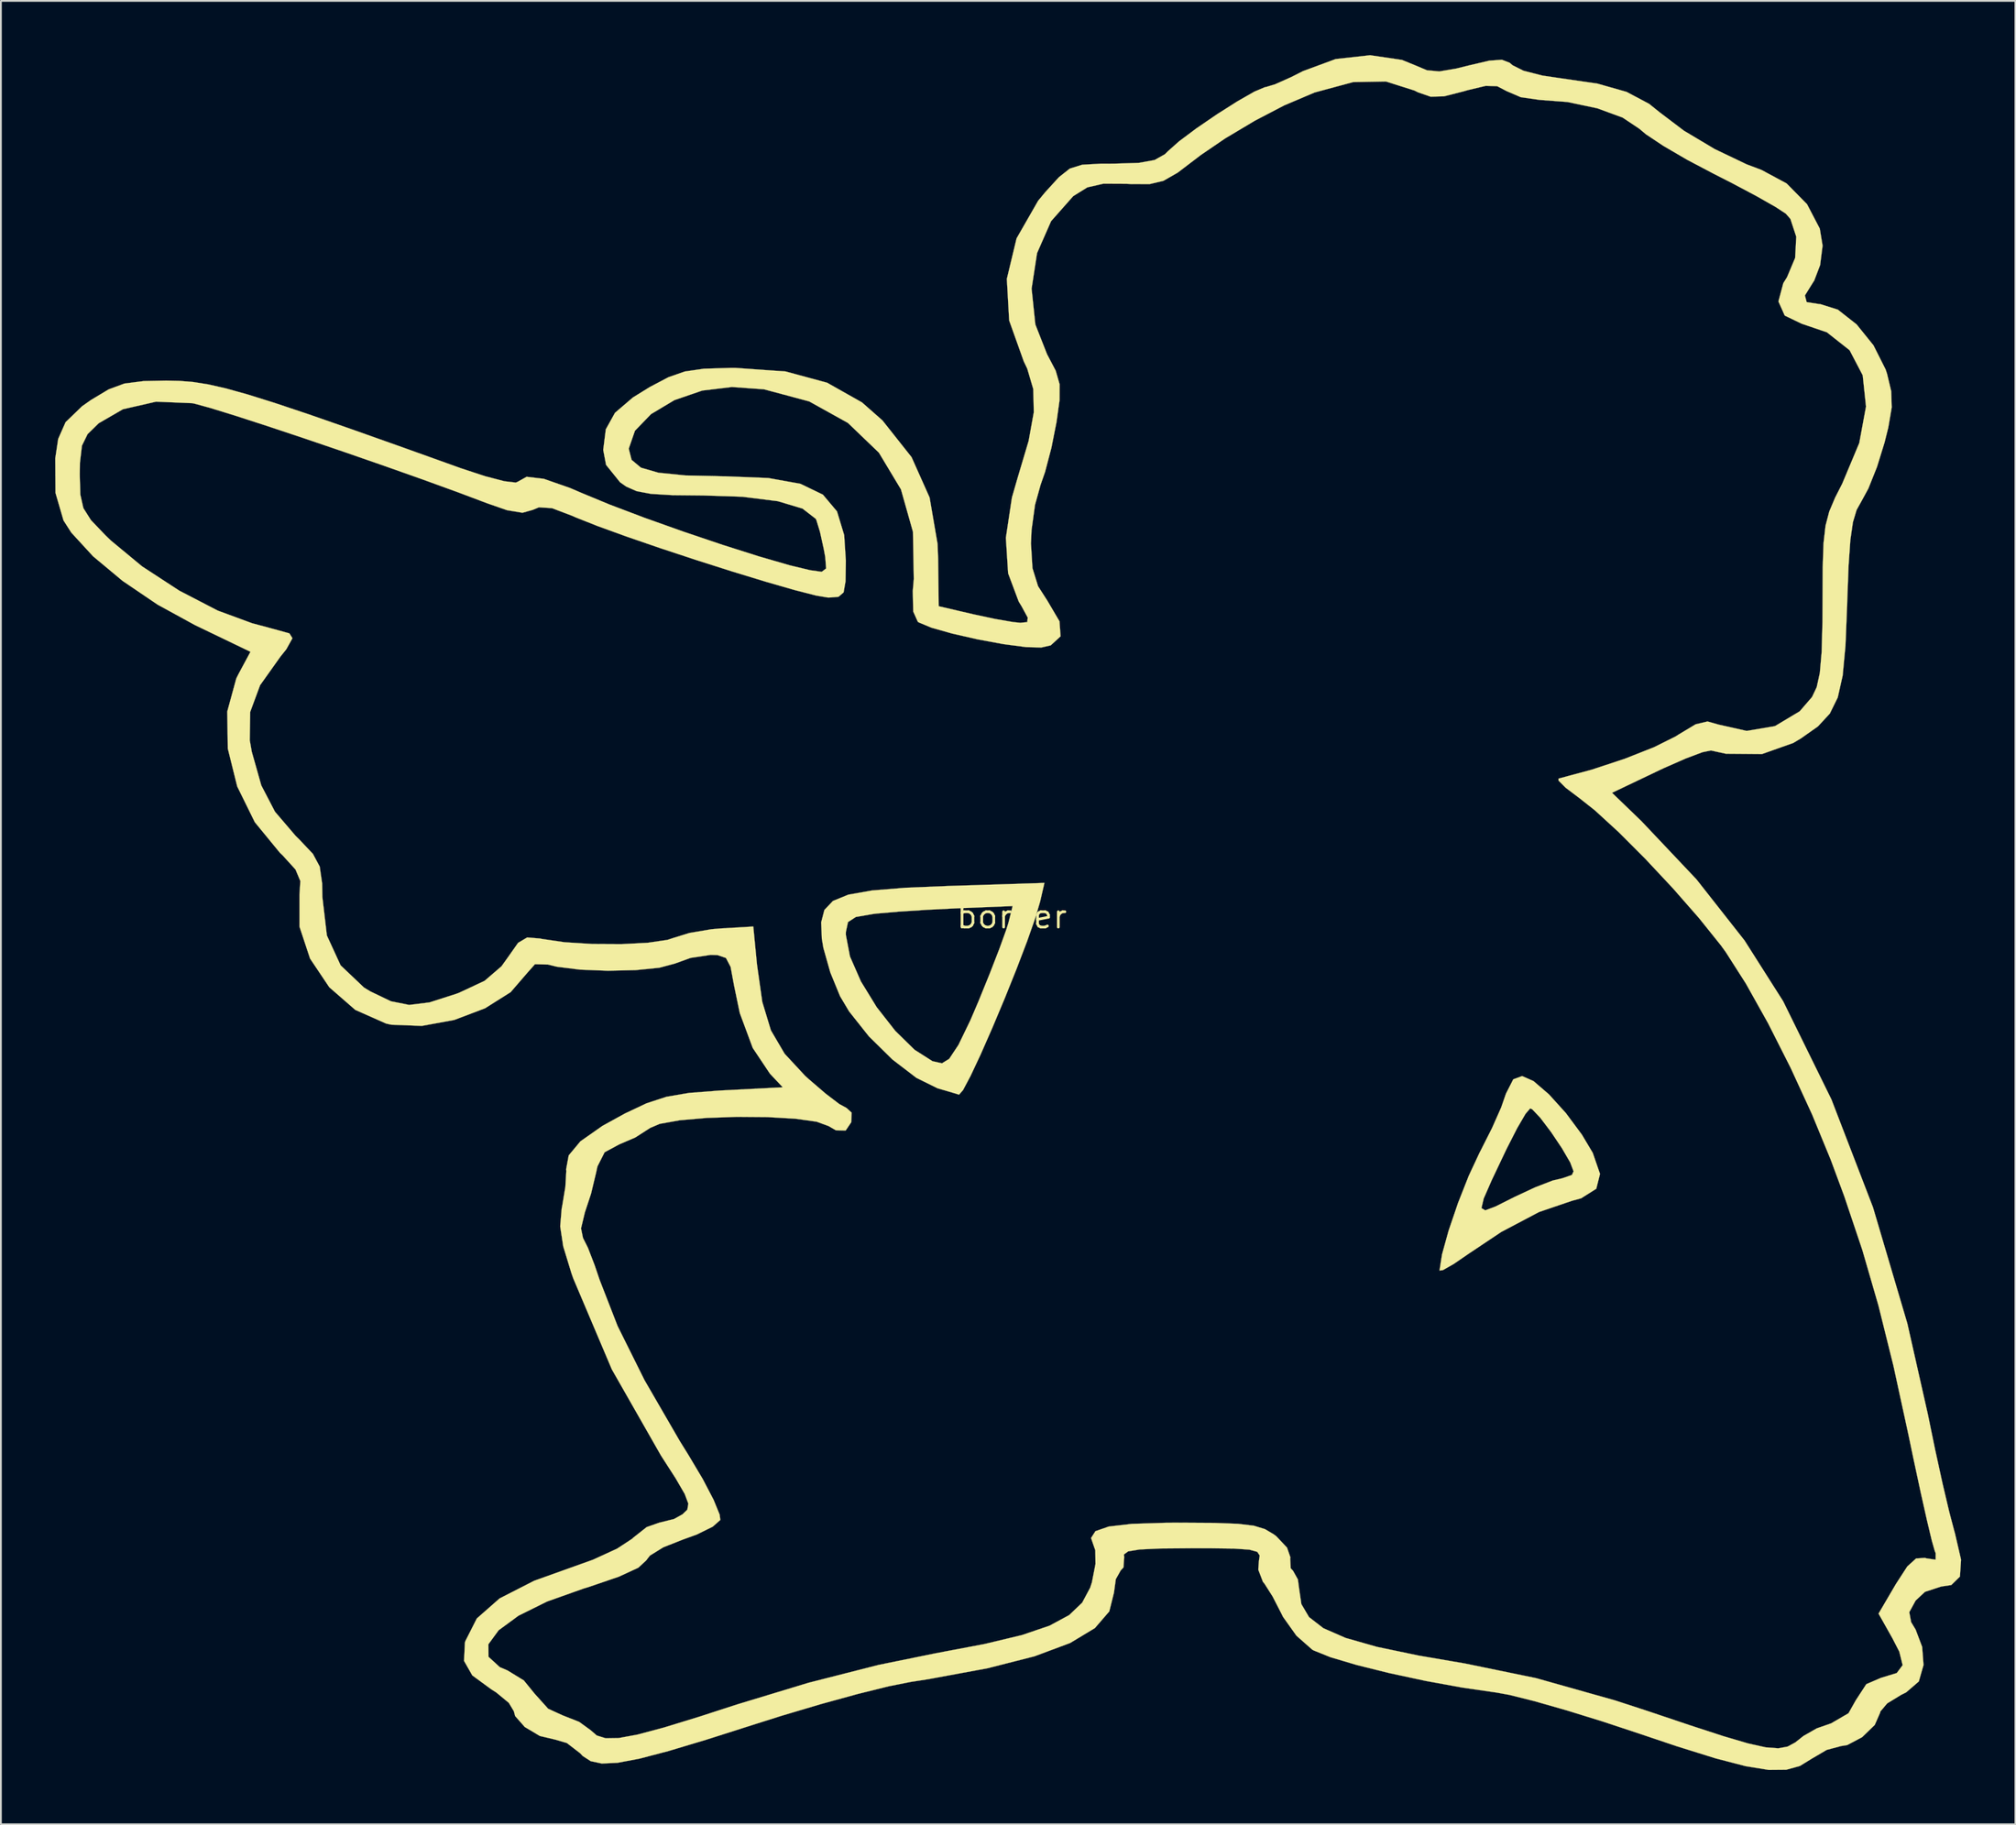
<source format=kicad_pcb>
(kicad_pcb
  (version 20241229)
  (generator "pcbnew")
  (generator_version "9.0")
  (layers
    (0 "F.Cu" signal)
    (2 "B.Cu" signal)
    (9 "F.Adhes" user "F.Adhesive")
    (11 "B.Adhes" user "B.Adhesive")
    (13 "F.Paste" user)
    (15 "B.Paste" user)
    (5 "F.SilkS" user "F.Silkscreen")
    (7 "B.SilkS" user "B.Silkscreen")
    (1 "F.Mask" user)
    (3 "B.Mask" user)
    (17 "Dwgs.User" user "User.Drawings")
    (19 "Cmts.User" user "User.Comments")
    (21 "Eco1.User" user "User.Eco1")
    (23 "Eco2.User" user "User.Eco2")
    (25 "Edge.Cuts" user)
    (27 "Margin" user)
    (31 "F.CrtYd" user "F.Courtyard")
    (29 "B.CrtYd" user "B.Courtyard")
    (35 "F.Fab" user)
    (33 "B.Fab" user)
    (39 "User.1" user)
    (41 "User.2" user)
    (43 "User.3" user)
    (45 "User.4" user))
  (footprint "border"
    (layer "F.Cu")
    (at 52.863 47.628)
    (property "Reference" "border" (at 0 0 0) (layer "F.SilkS") (effects (font (size 1.27 1.27) (thickness 0.15))))
    (attr through_hole)
    (fp_poly (pts (xy 28.829 9.097) (xy 29.681 9.83) (xy 30.618 10.866) (xy 31.501 12.056) (xy 32.102 13.065) (xy 32.503 14.229) (xy 32.297 15.049) (xy 31.461 15.576) (xy 30.954 15.714) (xy 29.136 16.334) (xy 27.049 17.436) (xy 25.312 18.595) (xy 24.426 19.203) (xy 23.818 19.549) (xy 23.636 19.572) (xy 23.774 18.68) (xy 24.138 17.365) (xy 24.562 16.12) (xy 25.951 16.12) (xy 26.162 16.243) (xy 26.723 16.033) (xy 27.648 15.569) (xy 27.746 15.519) (xy 28.909 14.975) (xy 29.891 14.595) (xy 30.427 14.468) (xy 30.951 14.287) (xy 31.044 14.086) (xy 30.859 13.596) (xy 30.398 12.804) (xy 29.801 11.914) (xy 29.209 11.131) (xy 28.764 10.659) (xy 28.646 10.603) (xy 28.386 10.908) (xy 27.927 11.695) (xy 27.361 12.804) (xy 27.274 12.984) (xy 26.522 14.569) (xy 26.076 15.588) (xy 25.951 16.12) (xy 24.562 16.12) (xy 24.655 15.844) (xy 25.251 14.333) (xy 25.852 13.047) (xy 25.901 12.954) (xy 26.536 11.697) (xy 27.045 10.548) (xy 27.307 9.79) (xy 27.711 8.998) (xy 28.201 8.819) (xy 28.829 9.097)) (stroke (width 0.01) (type solid)) (fill yes) (layer "F.SilkS"))
    (fp_poly (pts (xy 1.567 -0.842) (xy 1.296 0.08) (xy 0.843 1.369) (xy 0.26 2.897) (xy -0.397 4.533) (xy -1.076 6.15) (xy -1.721 7.619) (xy -2.28 8.81) (xy -2.697 9.595) (xy -2.916 9.846) (xy -3.274 9.737) (xy -4.034 9.514) (xy -4.107 9.493) (xy -5.273 8.917) (xy -6.599 7.901) (xy -7.9 6.619) (xy -8.99 5.245) (xy -9.49 4.404) (xy -10.027 3.094) (xy -10.413 1.729) (xy -10.498 1.222) (xy -10.506 1.011) (xy -9.172 1.011) (xy -8.945 2.204) (xy -8.339 3.587) (xy -7.467 5.009) (xy -6.442 6.318) (xy -5.376 7.365) (xy -4.384 7.997) (xy -3.861 8.114) (xy -3.46 7.868) (xy -2.947 7.094) (xy -2.288 5.732) (xy -1.836 4.674) (xy -1.215 3.144) (xy -0.682 1.77) (xy -0.309 0.736) (xy -0.182 0.327) (xy 0.045 -0.581) (xy -3.064 -0.456) (xy -4.694 -0.375) (xy -6.25 -0.273) (xy -7.452 -0.169) (xy -7.673 -0.143) (xy -8.619 0.022) (xy -9.054 0.304) (xy -9.17 0.85) (xy -9.172 1.011) (xy -10.506 1.011) (xy -10.534 0.319) (xy -10.357 -0.365) (xy -9.885 -0.863) (xy -9.035 -1.211) (xy -7.724 -1.443) (xy -5.87 -1.593) (xy -3.487 -1.691) (xy 1.802 -1.861) (xy 1.567 -0.842)) (stroke (width 0.01) (type solid)) (fill yes) (layer "F.SilkS"))
    (fp_poly (pts (xy 21.561 -47.364) (xy 22.245 -47.085) (xy 22.939 -46.792) (xy 23.625 -46.728) (xy 24.572 -46.889) (xy 25.233 -47.054) (xy 26.389 -47.324) (xy 27.081 -47.374) (xy 27.514 -47.206) (xy 27.668 -47.071) (xy 28.272 -46.768) (xy 29.319 -46.499) (xy 30.219 -46.366) (xy 32.364 -46.054) (xy 33.975 -45.596) (xy 35.217 -44.936) (xy 35.807 -44.462) (xy 37.142 -43.45) (xy 38.847 -42.433) (xy 40.612 -41.589) (xy 41.423 -41.284) (xy 42.816 -40.534) (xy 43.944 -39.386) (xy 44.648 -38.037) (xy 44.803 -37.097) (xy 44.667 -36.022) (xy 44.336 -35.155) (xy 44.285 -35.081) (xy 43.826 -34.342) (xy 43.923 -33.972) (xy 44.606 -33.867) (xy 44.662 -33.867) (xy 45.644 -33.558) (xy 46.681 -32.743) (xy 47.614 -31.586) (xy 48.285 -30.253) (xy 48.365 -30.01) (xy 48.596 -29.043) (xy 48.623 -28.151) (xy 48.435 -27.047) (xy 48.225 -26.204) (xy 47.809 -24.86) (xy 47.331 -23.665) (xy 46.962 -22.987) (xy 46.682 -22.484) (xy 46.48 -21.808) (xy 46.338 -20.828) (xy 46.239 -19.415) (xy 46.164 -17.439) (xy 46.158 -17.211) (xy 46.068 -14.98) (xy 45.913 -13.326) (xy 45.641 -12.116) (xy 45.202 -11.223) (xy 44.546 -10.515) (xy 43.621 -9.862) (xy 43.182 -9.599) (xy 41.45 -8.985) (xy 39.468 -9.002) (xy 38.629 -9.185) (xy 38.164 -9.088) (xy 37.246 -8.743) (xy 36.051 -8.218) (xy 35.722 -8.063) (xy 33.167 -6.844) (xy 34.794 -5.274) (xy 37.83 -2.061) (xy 40.49 1.322) (xy 42.623 4.681) (xy 45.292 10.113) (xy 47.589 16.079) (xy 49.486 22.497) (xy 50.622 27.528) (xy 51.019 29.461) (xy 51.425 31.317) (xy 51.797 32.897) (xy 52.089 34.005) (xy 52.115 34.093) (xy 52.454 35.557) (xy 52.393 36.491) (xy 51.915 36.959) (xy 51.36 37.042) (xy 50.461 37.335) (xy 49.944 37.818) (xy 49.594 38.459) (xy 49.695 39.01) (xy 49.945 39.425) (xy 50.306 40.383) (xy 50.38 41.383) (xy 50.12 42.292) (xy 49.422 42.893) (xy 49.132 43.039) (xy 48.372 43.504) (xy 47.994 43.953) (xy 47.985 44.009) (xy 47.686 44.694) (xy 46.989 45.371) (xy 46.167 45.806) (xy 45.829 45.861) (xy 45.032 46.074) (xy 44.193 46.567) (xy 43.551 46.963) (xy 42.793 47.172) (xy 41.827 47.181) (xy 40.558 46.976) (xy 38.893 46.543) (xy 36.737 45.87) (xy 34.749 45.2) (xy 32.658 44.507) (xy 30.651 43.886) (xy 28.88 43.38) (xy 27.501 43.035) (xy 26.811 42.908) (xy 24.901 42.631) (xy 22.864 42.259) (xy 20.862 41.829) (xy 19.056 41.38) (xy 17.606 40.949) (xy 16.674 40.573) (xy 16.603 40.532) (xy 15.728 39.76) (xy 14.989 38.721) (xy 14.9 38.543) (xy 14.412 37.592) (xy 13.965 36.887) (xy 13.878 36.783) (xy 13.621 36.112) (xy 13.654 35.637) (xy 13.699 35.327) (xy 13.563 35.123) (xy 13.13 35.003) (xy 12.284 34.945) (xy 10.909 34.926) (xy 9.93 34.925) (xy 8.195 34.94) (xy 7.062 34.993) (xy 6.43 35.097) (xy 6.196 35.268) (xy 6.209 35.418) (xy 6.169 35.989) (xy 6.021 36.145) (xy 5.746 36.635) (xy 5.644 37.379) (xy 5.386 38.417) (xy 4.589 39.341) (xy 3.223 40.164) (xy 1.255 40.899) (xy -1.345 41.561) (xy -4.61 42.164) (xy -5.589 42.316) (xy -6.807 42.559) (xy -8.516 42.983) (xy -10.541 43.54) (xy -12.706 44.183) (xy -14.167 44.645) (xy -16.863 45.505) (xy -18.978 46.14) (xy -20.593 46.563) (xy -21.792 46.788) (xy -22.656 46.828) (xy -23.268 46.698) (xy -23.711 46.412) (xy -23.857 46.257) (xy -24.586 45.695) (xy -25.224 45.508) (xy -26.085 45.303) (xy -26.914 44.808) (xy -27.445 44.205) (xy -27.517 43.936) (xy -27.796 43.472) (xy -28.493 42.896) (xy -28.76 42.728) (xy -29.813 41.956) (xy -30.269 41.155) (xy -30.222 40.154) (xy -30.201 40.067) (xy -29.563 38.808) (xy -28.305 37.701) (xy -26.397 36.725) (xy -24.804 36.154) (xy -23.145 35.56) (xy -21.815 34.95) (xy -20.981 34.403) (xy -20.919 34.342) (xy -20.176 33.756) (xy -19.487 33.514) (xy -18.667 33.31) (xy -18.199 33.051) (xy -17.931 32.794) (xy -17.874 32.461) (xy -18.075 31.923) (xy -18.581 31.052) (xy -19.386 29.801) (xy -22.101 25.039) (xy -24.236 20.001) (xy -24.336 19.715) (xy -24.788 18.235) (xy -24.956 17.129) (xy -24.873 16.143) (xy -24.846 16.011) (xy -24.67 14.947) (xy -24.619 14.081) (xy -24.627 13.969) (xy -24.486 13.205) (xy -23.838 12.426) (xy -22.618 11.571) (xy -21.377 10.887) (xy -20.179 10.322) (xy -19.083 9.964) (xy -17.829 9.75) (xy -16.159 9.621) (xy -15.942 9.609) (xy -12.658 9.439) (xy -13.368 8.683) (xy -14.316 7.263) (xy -15.031 5.336) (xy -15.352 3.792) (xy -15.539 2.781) (xy -15.797 2.287) (xy -16.266 2.128) (xy -16.638 2.117) (xy -17.753 2.285) (xy -18.627 2.601) (xy -19.473 2.827) (xy -20.783 2.959) (xy -22.322 2.995) (xy -23.853 2.934) (xy -25.141 2.773) (xy -25.634 2.651) (xy -26.352 2.634) (xy -26.78 3.117) (xy -27.697 4.18) (xy -29.109 5.07) (xy -30.812 5.716) (xy -32.604 6.044) (xy -34.279 5.98) (xy -34.578 5.915) (xy -36.28 5.159) (xy -37.716 3.908) (xy -38.779 2.321) (xy -39.362 0.558) (xy -39.362 -1.212) (xy -39.315 -1.964) (xy -39.583 -2.602) (xy -40.284 -3.374) (xy -40.444 -3.527) (xy -41.83 -5.217) (xy -42.803 -7.193) (xy -43.324 -9.29) (xy -43.354 -11.337) (xy -42.854 -13.168) (xy -42.732 -13.411) (xy -42.072 -14.64) (xy -45.136 -16.115) (xy -47.208 -17.25) (xy -49.135 -18.557) (xy -50.771 -19.922) (xy -51.971 -21.229) (xy -52.402 -21.901) (xy -52.845 -23.421) (xy -52.852 -24.422) (xy -51.506 -24.422) (xy -51.476 -23.339) (xy -51.308 -22.586) (xy -50.886 -21.918) (xy -50.094 -21.089) (xy -49.787 -20.792) (xy -48.058 -19.36) (xy -46.002 -18.018) (xy -43.88 -16.917) (xy -41.981 -16.218) (xy -40.923 -15.934) (xy -40.114 -15.712) (xy -39.921 -15.658) (xy -39.754 -15.39) (xy -40.092 -14.779) (xy -40.416 -14.375) (xy -41.542 -12.791) (xy -42.088 -11.313) (xy -42.112 -9.749) (xy -42.001 -9.116) (xy -41.475 -7.254) (xy -40.718 -5.798) (xy -39.567 -4.45) (xy -39.365 -4.252) (xy -38.623 -3.467) (xy -38.246 -2.765) (xy -38.113 -1.841) (xy -38.099 -1.077) (xy -37.851 1.043) (xy -37.091 2.697) (xy -35.801 3.923) (xy -35.454 4.134) (xy -34.315 4.682) (xy -33.305 4.885) (xy -32.179 4.746) (xy -30.696 4.27) (xy -30.546 4.214) (xy -29.136 3.554) (xy -28.2 2.749) (xy -27.837 2.241) (xy -27.282 1.452) (xy -26.781 1.156) (xy -26.074 1.213) (xy -25.968 1.236) (xy -24.718 1.42) (xy -23.18 1.516) (xy -21.572 1.525) (xy -20.116 1.449) (xy -19.032 1.29) (xy -18.697 1.18) (xy -17.813 0.906) (xy -16.602 0.702) (xy -16.051 0.654) (xy -14.287 0.551) (xy -14.082 2.657) (xy -13.789 4.721) (xy -13.312 6.294) (xy -12.555 7.585) (xy -11.425 8.803) (xy -11.227 8.984) (xy -10.286 9.792) (xy -9.533 10.366) (xy -9.134 10.583) (xy -8.855 10.84) (xy -8.874 11.371) (xy -9.175 11.819) (xy -9.188 11.828) (xy -9.723 11.816) (xy -10.123 11.584) (xy -10.784 11.341) (xy -11.967 11.176) (xy -13.493 11.087) (xy -15.183 11.073) (xy -16.86 11.132) (xy -18.345 11.261) (xy -19.458 11.46) (xy -19.982 11.684) (xy -20.809 12.215) (xy -21.695 12.595) (xy -22.501 13.03) (xy -22.9 13.816) (xy -22.969 14.14) (xy -23.252 15.323) (xy -23.595 16.359) (xy -23.805 17.24) (xy -23.698 17.77) (xy -23.426 18.31) (xy -23.052 19.28) (xy -22.779 20.086) (xy -21.784 22.643) (xy -20.298 25.632) (xy -18.347 29.002) (xy -17.873 29.765) (xy -17.078 31.102) (xy -16.478 32.252) (xy -16.145 33.068) (xy -16.11 33.363) (xy -16.529 33.733) (xy -17.409 34.167) (xy -18.177 34.445) (xy -19.259 34.873) (xy -20.001 35.333) (xy -20.205 35.598) (xy -20.637 36) (xy -21.717 36.499) (xy -23.399 37.074) (xy -23.671 37.156) (xy -25.686 37.873) (xy -27.264 38.656) (xy -28.358 39.459) (xy -28.924 40.232) (xy -28.918 40.929) (xy -28.295 41.5) (xy -27.873 41.68) (xy -26.966 42.235) (xy -26.373 42.964) (xy -25.623 43.799) (xy -24.827 44.164) (xy -23.908 44.526) (xy -23.285 44.978) (xy -22.935 45.279) (xy -22.443 45.432) (xy -21.72 45.42) (xy -20.675 45.227) (xy -19.22 44.838) (xy -17.266 44.238) (xy -15.182 43.562) (xy -11.244 42.367) (xy -7.367 41.378) (xy -4.19 40.73) (xy -1.509 40.222) (xy 0.554 39.728) (xy 2.085 39.208) (xy 3.167 38.624) (xy 3.888 37.937) (xy 4.331 37.107) (xy 4.427 36.81) (xy 4.624 35.8) (xy 4.615 35.035) (xy 4.559 34.882) (xy 4.379 34.36) (xy 4.623 33.981) (xy 5.355 33.727) (xy 6.639 33.578) (xy 8.539 33.518) (xy 9.344 33.514) (xy 11.2 33.526) (xy 12.496 33.575) (xy 13.376 33.681) (xy 13.985 33.867) (xy 14.467 34.151) (xy 14.614 34.262) (xy 15.207 34.89) (xy 15.396 35.436) (xy 15.383 35.485) (xy 15.411 36.034) (xy 15.538 36.169) (xy 15.808 36.652) (xy 15.875 37.16) (xy 16.001 38.015) (xy 16.424 38.733) (xy 17.215 39.346) (xy 18.441 39.883) (xy 20.172 40.377) (xy 22.477 40.859) (xy 25.047 41.3) (xy 28.972 42.108) (xy 33.346 43.342) (xy 35.101 43.915) (xy 37.5 44.722) (xy 39.329 45.318) (xy 40.683 45.717) (xy 41.66 45.935) (xy 42.357 45.988) (xy 42.871 45.892) (xy 43.298 45.661) (xy 43.737 45.312) (xy 43.744 45.306) (xy 44.479 44.886) (xy 45.278 44.607) (xy 46.235 44.05) (xy 46.642 43.328) (xy 47.221 42.44) (xy 48.026 42.094) (xy 48.902 41.826) (xy 49.228 41.39) (xy 49.044 40.642) (xy 48.665 39.906) (xy 47.897 38.54) (xy 48.859 36.898) (xy 49.486 35.931) (xy 49.971 35.491) (xy 50.457 35.46) (xy 50.541 35.484) (xy 51.051 35.561) (xy 51.053 35.204) (xy 50.997 35.054) (xy 50.839 34.498) (xy 50.572 33.382) (xy 50.226 31.837) (xy 49.83 29.995) (xy 49.548 28.645) (xy 48.717 24.826) (xy 47.889 21.498) (xy 47.005 18.45) (xy 46.005 15.471) (xy 45.253 13.442) (xy 44.224 10.941) (xy 43.041 8.369) (xy 41.792 5.898) (xy 40.565 3.704) (xy 39.45 1.958) (xy 39.181 1.587) (xy 37.976 0.085) (xy 36.539 -1.556) (xy 35.009 -3.192) (xy 33.525 -4.678) (xy 32.223 -5.872) (xy 31.386 -6.534) (xy 30.611 -7.12) (xy 30.209 -7.523) (xy 30.212 -7.629) (xy 32.034 -8.118) (xy 33.865 -8.723) (xy 35.486 -9.363) (xy 36.681 -9.959) (xy 36.863 -10.075) (xy 37.79 -10.632) (xy 38.446 -10.786) (xy 39.058 -10.613) (xy 40.61 -10.265) (xy 42.171 -10.53) (xy 43.538 -11.348) (xy 44.221 -12.14) (xy 44.479 -12.684) (xy 44.652 -13.471) (xy 44.753 -14.632) (xy 44.797 -16.296) (xy 44.803 -17.445) (xy 44.811 -19.306) (xy 44.856 -20.636) (xy 44.966 -21.607) (xy 45.171 -22.393) (xy 45.499 -23.169) (xy 45.888 -23.932) (xy 46.831 -26.183) (xy 47.204 -28.2) (xy 47.021 -29.929) (xy 46.296 -31.315) (xy 45.042 -32.305) (xy 43.647 -32.78) (xy 42.713 -33.229) (xy 42.364 -34.011) (xy 42.634 -35.022) (xy 42.839 -35.351) (xy 43.288 -36.42) (xy 43.349 -37.59) (xy 43.026 -38.573) (xy 42.774 -38.863) (xy 42.209 -39.234) (xy 41.174 -39.822) (xy 39.834 -40.536) (xy 38.806 -41.06) (xy 37.323 -41.842) (xy 36.01 -42.609) (xy 35.043 -43.253) (xy 34.676 -43.561) (xy 33.753 -44.177) (xy 32.353 -44.691) (xy 30.703 -45.039) (xy 29.154 -45.156) (xy 28.127 -45.304) (xy 27.336 -45.644) (xy 26.82 -45.914) (xy 26.188 -45.931) (xy 25.189 -45.693) (xy 24.981 -45.632) (xy 23.887 -45.353) (xy 23.144 -45.332) (xy 22.445 -45.574) (xy 22.248 -45.673) (xy 20.673 -46.173) (xy 18.857 -46.139) (xy 16.728 -45.563) (xy 15.046 -44.848) (xy 13.435 -44.007) (xy 11.791 -43.026) (xy 10.427 -42.095) (xy 10.231 -41.944) (xy 9.162 -41.13) (xy 8.377 -40.681) (xy 7.621 -40.501) (xy 6.642 -40.5) (xy 6.345 -40.515) (xy 5.06 -40.522) (xy 4.175 -40.319) (xy 3.4 -39.839) (xy 3.39 -39.831) (xy 2.17 -38.45) (xy 1.394 -36.683) (xy 1.093 -34.718) (xy 1.299 -32.739) (xy 1.945 -31.095) (xy 2.423 -30.185) (xy 2.64 -29.433) (xy 2.637 -28.553) (xy 2.47 -27.346) (xy 2.19 -25.928) (xy 1.838 -24.588) (xy 1.588 -23.867) (xy 1.281 -22.764) (xy 1.09 -21.368) (xy 1.058 -20.625) (xy 1.141 -19.262) (xy 1.449 -18.267) (xy 1.969 -17.456) (xy 2.634 -16.325) (xy 2.693 -15.495) (xy 2.15 -14.996) (xy 1.635 -14.878) (xy 0.79 -14.899) (xy -0.455 -15.063) (xy -1.885 -15.327) (xy -3.286 -15.646) (xy -4.445 -15.974) (xy -5.146 -16.267) (xy -5.194 -16.302) (xy -5.447 -16.866) (xy -5.472 -18.004) (xy -5.415 -18.669) (xy -5.462 -21.272) (xy -6.126 -23.621) (xy -7.345 -25.65) (xy -9.055 -27.293) (xy -11.194 -28.483) (xy -13.698 -29.154) (xy -15.469 -29.281) (xy -17.106 -29.084) (xy -18.645 -28.555) (xy -19.935 -27.784) (xy -20.826 -26.862) (xy -21.167 -25.879) (xy -21.167 -25.859) (xy -21.012 -25.252) (xy -20.494 -24.82) (xy -19.528 -24.54) (xy -18.031 -24.389) (xy -15.919 -24.342) (xy -15.835 -24.342) (xy -13.453 -24.247) (xy -11.68 -23.927) (xy -10.441 -23.329) (xy -9.661 -22.402) (xy -9.264 -21.092) (xy -9.172 -19.677) (xy -9.189 -18.533) (xy -9.296 -17.924) (xy -9.574 -17.683) (xy -10.106 -17.639) (xy -10.162 -17.639) (xy -10.817 -17.75) (xy -12.005 -18.055) (xy -13.593 -18.513) (xy -15.448 -19.079) (xy -17.438 -19.713) (xy -19.43 -20.371) (xy -21.292 -21.012) (xy -22.891 -21.592) (xy -24.096 -22.07) (xy -24.309 -22.164) (xy -25.41 -22.582) (xy -26.132 -22.628) (xy -26.471 -22.488) (xy -27.042 -22.328) (xy -27.9 -22.471) (xy -28.973 -22.844) (xy -30.589 -23.453) (xy -32.53 -24.159) (xy -34.679 -24.92) (xy -36.913 -25.696) (xy -39.113 -26.445) (xy -41.159 -27.127) (xy -42.93 -27.701) (xy -44.307 -28.126) (xy -45.17 -28.362) (xy -45.286 -28.386) (xy -47.288 -28.47) (xy -49.121 -28.051) (xy -50.459 -27.276) (xy -51.073 -26.675) (xy -51.386 -26.037) (xy -51.496 -25.094) (xy -51.506 -24.422) (xy -52.852 -24.422) (xy -52.858 -25.34) (xy -52.697 -26.41) (xy -52.289 -27.334) (xy -51.376 -28.217) (xy -50.873 -28.57) (xy -49.908 -29.149) (xy -49.035 -29.471) (xy -47.972 -29.608) (xy -46.736 -29.633) (xy -45.984 -29.617) (xy -45.231 -29.555) (xy -44.404 -29.424) (xy -43.427 -29.202) (xy -42.229 -28.868) (xy -40.734 -28.4) (xy -38.87 -27.776) (xy -36.563 -26.973) (xy -33.739 -25.971) (xy -30.419 -24.78) (xy -29.096 -24.345) (xy -28.04 -24.07) (xy -27.411 -23.996) (xy -27.311 -24.036) (xy -26.813 -24.315) (xy -25.864 -24.204) (xy -24.411 -23.696) (xy -23.768 -23.42) (xy -22.216 -22.777) (xy -20.285 -22.045) (xy -18.15 -21.285) (xy -15.986 -20.554) (xy -13.968 -19.913) (xy -12.271 -19.421) (xy -11.153 -19.152) (xy -10.505 -19.061) (xy -10.261 -19.246) (xy -10.309 -19.878) (xy -10.391 -20.323) (xy -10.601 -21.276) (xy -10.798 -21.919) (xy -10.835 -21.994) (xy -11.565 -22.558) (xy -12.934 -22.968) (xy -14.888 -23.213) (xy -17.051 -23.283) (xy -18.767 -23.301) (xy -19.94 -23.372) (xy -20.732 -23.521) (xy -21.306 -23.774) (xy -21.648 -24.014) (xy -22.421 -24.974) (xy -22.578 -25.802) (xy -22.435 -26.941) (xy -21.928 -27.854) (xy -20.937 -28.702) (xy -20.008 -29.277) (xy -18.978 -29.82) (xy -18.066 -30.139) (xy -17.013 -30.291) (xy -15.558 -30.335) (xy -15.271 -30.336) (xy -12.501 -30.139) (xy -10.208 -29.517) (xy -8.278 -28.427) (xy -7.149 -27.432) (xy -5.541 -25.402) (xy -4.544 -23.171) (xy -4.104 -20.604) (xy -4.073 -19.78) (xy -4.041 -17.159) (xy -2.109 -16.709) (xy -0.915 -16.454) (xy 0.073 -16.283) (xy 0.47 -16.243) (xy 0.854 -16.281) (xy 0.88 -16.532) (xy 0.537 -17.164) (xy 0.382 -17.416) (xy -0.203 -18.979) (xy -0.328 -20.941) (xy 0.007 -23.167) (xy 0.32 -24.252) (xy 0.93 -26.3) (xy 1.216 -27.884) (xy 1.187 -29.164) (xy 0.852 -30.3) (xy 0.662 -30.696) (xy -0.145 -32.957) (xy -0.274 -35.258) (xy 0.264 -37.498) (xy 1.454 -39.575) (xy 1.841 -40.044) (xy 2.605 -40.882) (xy 3.205 -41.356) (xy 3.89 -41.569) (xy 4.908 -41.626) (xy 5.62 -41.628) (xy 7.007 -41.671) (xy 7.888 -41.829) (xy 8.457 -42.148) (xy 8.63 -42.319) (xy 9.245 -42.866) (xy 10.207 -43.585) (xy 11.338 -44.359) (xy 12.463 -45.073) (xy 13.404 -45.611) (xy 13.985 -45.857) (xy 14.029 -45.861) (xy 14.547 -46.017) (xy 15.441 -46.416) (xy 16.085 -46.743) (xy 17.895 -47.412) (xy 19.802 -47.623) (xy 21.561 -47.364)) (stroke (width 0.01) (type solid)) (fill yes) (layer "F.SilkS")))
  (gr_rect
    (start -3 -3)
    (end 108.322 97.814)
    (stroke (width 0.1) (type default))
    (fill no)
    (layer "Edge.Cuts")))
</source>
